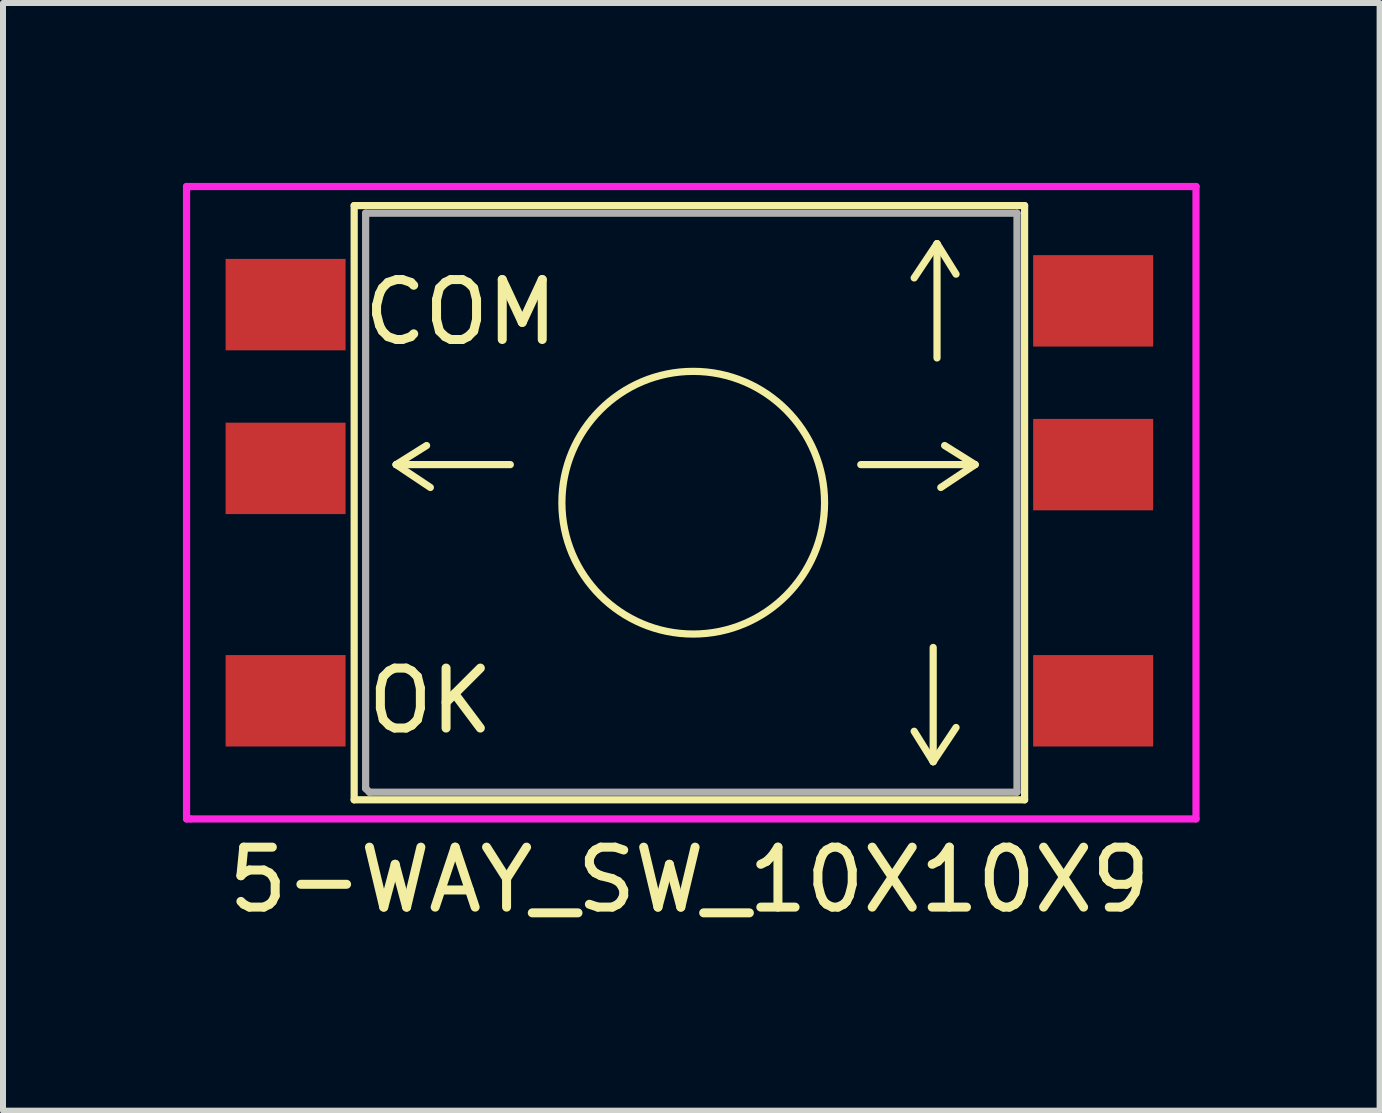
<source format=kicad_pcb>
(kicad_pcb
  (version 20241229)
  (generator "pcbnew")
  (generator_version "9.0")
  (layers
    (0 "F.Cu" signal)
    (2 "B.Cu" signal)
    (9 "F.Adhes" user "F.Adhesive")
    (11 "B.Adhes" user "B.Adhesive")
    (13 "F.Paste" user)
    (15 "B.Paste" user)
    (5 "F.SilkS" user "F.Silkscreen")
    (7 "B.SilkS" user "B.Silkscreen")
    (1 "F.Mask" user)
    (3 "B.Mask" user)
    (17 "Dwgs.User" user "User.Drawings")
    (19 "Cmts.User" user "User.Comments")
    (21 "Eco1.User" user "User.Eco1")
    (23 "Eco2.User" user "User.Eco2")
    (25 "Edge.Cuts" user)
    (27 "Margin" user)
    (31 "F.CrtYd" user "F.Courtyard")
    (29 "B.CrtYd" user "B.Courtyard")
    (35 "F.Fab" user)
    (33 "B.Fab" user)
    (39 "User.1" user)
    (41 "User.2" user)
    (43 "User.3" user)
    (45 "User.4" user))
  (footprint "5-WAY_SW_10X10X9"
    (layer "F.Cu")
    (at 8.442 5.33)
    (property "Reference" "5-WAY_SW_10X10X9" (at 0 6.287 0) (layer "F.SilkS") (effects (font (size 1 1) (thickness 0.15))))
    (attr through_hole)
    (fp_line (start -5.588 -4.953) (end -5.588 4.953) (stroke (width 0.12) (type solid)) (layer "F.SilkS"))
    (fp_line (start -5.588 4.953) (end 5.588 4.953) (stroke (width 0.12) (type solid)) (layer "F.SilkS"))
    (fp_line (start -4.889 -0.635) (end -4.381 -0.953) (stroke (width 0.12) (type solid)) (layer "F.SilkS"))
    (fp_line (start -4.889 -0.635) (end -4.318 -0.254) (stroke (width 0.12) (type solid)) (layer "F.SilkS"))
    (fp_line (start -4.889 -0.635) (end -2.985 -0.635) (stroke (width 0.12) (type solid)) (layer "F.SilkS"))
    (fp_line (start 4.064 4.318) (end 3.747 3.81) (stroke (width 0.12) (type solid)) (layer "F.SilkS"))
    (fp_line (start 4.064 4.318) (end 4.064 2.413) (stroke (width 0.12) (type solid)) (layer "F.SilkS"))
    (fp_line (start 4.064 4.318) (end 4.445 3.747) (stroke (width 0.12) (type solid)) (layer "F.SilkS"))
    (fp_line (start 4.128 -4.318) (end 3.747 -3.747) (stroke (width 0.12) (type solid)) (layer "F.SilkS"))
    (fp_line (start 4.128 -4.318) (end 4.128 -2.413) (stroke (width 0.12) (type solid)) (layer "F.SilkS"))
    (fp_line (start 4.128 -4.318) (end 4.445 -3.81) (stroke (width 0.12) (type solid)) (layer "F.SilkS"))
    (fp_line (start 4.763 -0.635) (end 2.857 -0.635) (stroke (width 0.12) (type solid)) (layer "F.SilkS"))
    (fp_line (start 4.763 -0.635) (end 4.191 -0.254) (stroke (width 0.12) (type solid)) (layer "F.SilkS"))
    (fp_line (start 4.763 -0.635) (end 4.255 -0.953) (stroke (width 0.12) (type solid)) (layer "F.SilkS"))
    (fp_line (start 5.588 -4.953) (end -5.588 -4.953) (stroke (width 0.12) (type solid)) (layer "F.SilkS"))
    (fp_line (start 5.588 4.953) (end 5.588 -4.953) (stroke (width 0.12) (type solid)) (layer "F.SilkS"))
    (fp_circle (center 0.064 0) (end 1.143 1.905) (stroke (width 0.12) (type solid)) (fill no) (layer "F.SilkS"))
    (fp_line (start -8.382 -5.271) (end -8.382 5.271) (stroke (width 0.12) (type solid)) (layer "F.CrtYd"))
    (fp_line (start -8.382 5.271) (end -8.319 5.271) (stroke (width 0.12) (type solid)) (layer "F.CrtYd"))
    (fp_line (start -8.319 5.271) (end 8.445 5.271) (stroke (width 0.12) (type solid)) (layer "F.CrtYd"))
    (fp_line (start 8.445 -5.271) (end -8.382 -5.271) (stroke (width 0.12) (type solid)) (layer "F.CrtYd"))
    (fp_line (start 8.445 5.271) (end 8.445 -5.271) (stroke (width 0.12) (type solid)) (layer "F.CrtYd"))
    (fp_line (start -5.397 -4.826) (end -5.397 4.763) (stroke (width 0.12) (type solid)) (layer "F.Fab"))
    (fp_line (start -5.397 4.763) (end -5.334 4.826) (stroke (width 0.12) (type solid)) (layer "F.Fab"))
    (fp_line (start -5.334 4.826) (end 5.461 4.826) (stroke (width 0.12) (type solid)) (layer "F.Fab"))
    (fp_line (start 5.461 -4.826) (end -5.397 -4.826) (stroke (width 0.12) (type solid)) (layer "F.Fab"))
    (fp_line (start 5.461 4.826) (end 5.461 -4.826) (stroke (width 0.12) (type solid)) (layer "F.Fab"))
    (fp_text user "OK" (at -4.318 3.302 0) (layer "F.SilkS") (effects (font (size 1 1) (thickness 0.15))))
    (fp_text user "COM" (at -3.81 -3.175 0) (layer "F.SilkS") (effects (font (size 1 1) (thickness 0.15))))
    (pad "1" smd rect (at -6.731 -3.302 90) (size 1.524 2) (layers "F.Cu" "F.Mask" "F.Paste"))
    (pad "2" smd rect (at -6.731 -0.572 90) (size 1.524 2) (layers "F.Cu" "F.Mask" "F.Paste"))
    (pad "3" smd rect (at -6.731 3.302 90) (size 1.524 2) (layers "F.Cu" "F.Mask" "F.Paste"))
    (pad "4" smd rect (at 6.731 3.302 90) (size 1.524 2) (layers "F.Cu" "F.Mask" "F.Paste"))
    (pad "5" smd rect (at 6.731 -0.635 90) (size 1.524 2) (layers "F.Cu" "F.Mask" "F.Paste"))
    (pad "6" smd rect (at 6.731 -3.365 90) (size 1.524 2) (layers "F.Cu" "F.Mask" "F.Paste")))
  (gr_rect
    (start -3 -3)
    (end 19.948 15.465)
    (stroke (width 0.1) (type default))
    (fill no)
    (layer "Edge.Cuts")))
</source>
